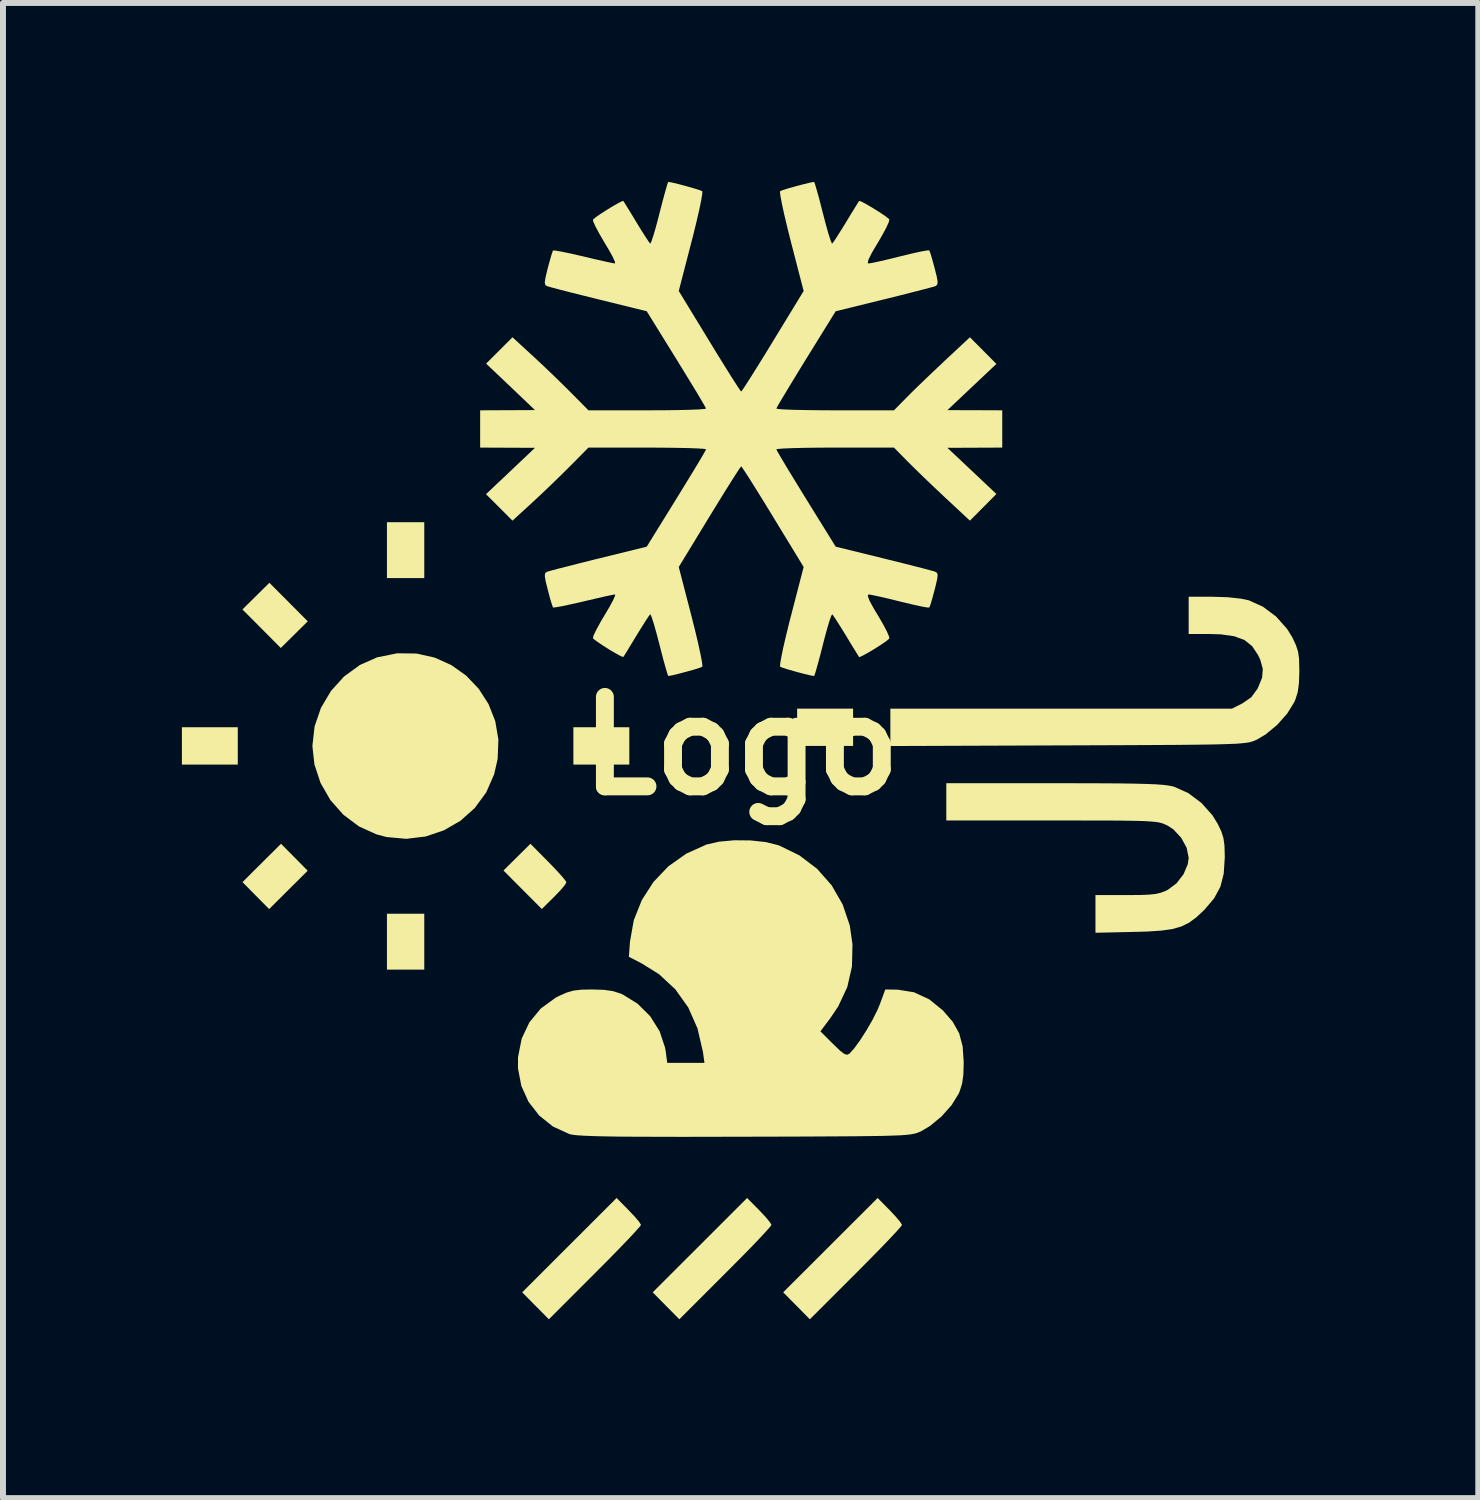
<source format=kicad_pcb>
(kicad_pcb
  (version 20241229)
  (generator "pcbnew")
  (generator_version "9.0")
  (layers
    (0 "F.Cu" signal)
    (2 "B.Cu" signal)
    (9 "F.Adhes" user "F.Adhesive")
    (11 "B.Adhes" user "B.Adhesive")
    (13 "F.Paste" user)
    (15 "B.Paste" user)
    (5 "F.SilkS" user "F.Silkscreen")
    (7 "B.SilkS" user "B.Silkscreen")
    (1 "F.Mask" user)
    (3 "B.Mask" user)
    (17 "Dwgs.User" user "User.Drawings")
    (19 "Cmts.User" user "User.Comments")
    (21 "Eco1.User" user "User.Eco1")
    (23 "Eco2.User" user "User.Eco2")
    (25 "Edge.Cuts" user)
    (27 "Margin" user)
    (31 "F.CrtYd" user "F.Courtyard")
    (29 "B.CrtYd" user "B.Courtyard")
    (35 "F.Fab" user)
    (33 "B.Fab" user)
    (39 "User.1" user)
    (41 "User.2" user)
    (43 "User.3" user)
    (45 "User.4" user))
  (footprint "Logo"
    (layer "F.Cu")
    (at 9.378 9.457)
    (property "Reference" "Logo" (at 0 0 0) (layer "F.SilkS") (effects (font (size 1.5 1.5) (thickness 0.3))))
    (attr board_only exclude_from_pos_files exclude_from_bom)
    (fp_poly (pts (xy -8.441 0) (xy -8.441 0.313) (xy -8.91 0.313) (xy -9.378 0.313) (xy -9.378 0) (xy -9.378 -0.313) (xy -8.91 -0.313) (xy -8.441 -0.313)) (stroke (width 0) (type solid)) (fill yes) (layer "F.SilkS"))
    (fp_poly (pts (xy -7.589 -2.412) (xy -7.268 -2.089) (xy -7.494 -1.865) (xy -7.72 -1.642) (xy -8.041 -1.965) (xy -8.363 -2.288) (xy -8.137 -2.512) (xy -7.911 -2.735)) (stroke (width 0) (type solid)) (fill yes) (layer "F.SilkS"))
    (fp_poly (pts (xy -7.492 1.867) (xy -7.269 2.093) (xy -7.592 2.414) (xy -7.915 2.736) (xy -8.139 2.51) (xy -8.362 2.284) (xy -8.039 1.962) (xy -7.716 1.641)) (stroke (width 0) (type solid)) (fill yes) (layer "F.SilkS"))
    (fp_poly (pts (xy -5.314 -3.282) (xy -5.314 -2.814) (xy -5.627 -2.814) (xy -5.94 -2.814) (xy -5.94 -3.282) (xy -5.94 -3.751) (xy -5.627 -3.751) (xy -5.314 -3.751)) (stroke (width 0) (type solid)) (fill yes) (layer "F.SilkS"))
    (fp_poly (pts (xy -5.314 3.282) (xy -5.314 3.751) (xy -5.627 3.751) (xy -5.94 3.751) (xy -5.94 3.282) (xy -5.94 2.814) (xy -5.627 2.814) (xy -5.314 2.814)) (stroke (width 0) (type solid)) (fill yes) (layer "F.SilkS"))
    (fp_poly (pts (xy -1.876 0) (xy -1.876 0.313) (xy -2.345 0.313) (xy -2.814 0.313) (xy -2.814 0) (xy -2.814 -0.313) (xy -2.345 -0.313) (xy -1.876 -0.313)) (stroke (width 0) (type solid)) (fill yes) (layer "F.SilkS"))
    (fp_poly (pts (xy 1.876 -0.313) (xy 1.876 0) (xy 1.407 0) (xy 0.938 0) (xy 0.938 -0.313) (xy 0.938 -0.625) (xy 1.407 -0.625) (xy 1.876 -0.625)) (stroke (width 0) (type solid)) (fill yes) (layer "F.SilkS"))
    (fp_poly (pts (xy -3.233 1.945) (xy -3.11 2.072) (xy -3.012 2.18) (xy -2.948 2.257) (xy -2.931 2.288) (xy -2.957 2.333) (xy -3.026 2.415) (xy -3.123 2.517) (xy -3.137 2.531) (xy -3.343 2.735) (xy -3.665 2.412) (xy -3.986 2.089) (xy -3.76 1.865) (xy -3.534 1.641)) (stroke (width 0) (type solid)) (fill yes) (layer "F.SilkS"))
    (fp_poly (pts (xy -1.885 7.787) (xy -1.786 7.892) (xy -1.713 7.978) (xy -1.681 8.029) (xy -1.68 8.032) (xy -1.707 8.068) (xy -1.782 8.152) (xy -1.899 8.277) (xy -2.05 8.434) (xy -2.228 8.616) (xy -2.427 8.816) (xy -2.453 8.842) (xy -3.225 9.614) (xy -3.449 9.388) (xy -3.672 9.162) (xy -2.881 8.371) (xy -2.089 7.58)) (stroke (width 0) (type solid)) (fill yes) (layer "F.SilkS"))
    (fp_poly (pts (xy 0.304 7.787) (xy 0.403 7.892) (xy 0.475 7.978) (xy 0.507 8.029) (xy 0.508 8.032) (xy 0.481 8.068) (xy 0.406 8.152) (xy 0.29 8.277) (xy 0.139 8.434) (xy -0.04 8.616) (xy -0.239 8.816) (xy -0.265 8.842) (xy -1.037 9.614) (xy -1.261 9.388) (xy -1.484 9.162) (xy -0.692 8.371) (xy 0.099 7.58)) (stroke (width 0) (type solid)) (fill yes) (layer "F.SilkS"))
    (fp_poly (pts (xy 2.492 7.787) (xy 2.591 7.892) (xy 2.663 7.978) (xy 2.696 8.029) (xy 2.696 8.032) (xy 2.67 8.068) (xy 2.595 8.152) (xy 2.478 8.277) (xy 2.327 8.434) (xy 2.148 8.616) (xy 1.95 8.816) (xy 1.924 8.842) (xy 1.151 9.614) (xy 0.928 9.388) (xy 0.704 9.162) (xy 1.496 8.371) (xy 2.288 7.58)) (stroke (width 0) (type solid)) (fill yes) (layer "F.SilkS"))
    (fp_poly (pts (xy -5.445 -1.549) (xy -5.14 -1.481) (xy -4.86 -1.355) (xy -4.612 -1.179) (xy -4.402 -0.959) (xy -4.237 -0.702) (xy -4.124 -0.416) (xy -4.071 -0.106) (xy -4.084 0.22) (xy -4.142 0.475) (xy -4.275 0.779) (xy -4.468 1.042) (xy -4.708 1.256) (xy -4.986 1.416) (xy -5.292 1.519) (xy -5.615 1.558) (xy -5.946 1.528) (xy -6.116 1.483) (xy -6.411 1.349) (xy -6.672 1.153) (xy -6.889 0.907) (xy -7.053 0.622) (xy -7.156 0.311) (xy -7.19 0) (xy -7.153 -0.328) (xy -7.046 -0.639) (xy -6.878 -0.922) (xy -6.658 -1.165) (xy -6.392 -1.358) (xy -6.102 -1.486) (xy -5.768 -1.553)) (stroke (width 0) (type solid)) (fill yes) (layer "F.SilkS"))
    (fp_poly (pts (xy 8.158 -2.493) (xy 8.374 -2.47) (xy 8.512 -2.441) (xy 8.748 -2.334) (xy 8.969 -2.169) (xy 9.154 -1.961) (xy 9.242 -1.818) (xy 9.301 -1.691) (xy 9.337 -1.582) (xy 9.354 -1.459) (xy 9.358 -1.294) (xy 9.359 -1.253) (xy 9.352 -1.054) (xy 9.332 -0.904) (xy 9.292 -0.777) (xy 9.274 -0.735) (xy 9.155 -0.542) (xy 8.987 -0.353) (xy 8.794 -0.193) (xy 8.644 -0.104) (xy 8.609 -0.089) (xy 8.572 -0.075) (xy 8.53 -0.063) (xy 8.475 -0.053) (xy 8.402 -0.045) (xy 8.307 -0.037) (xy 8.183 -0.032) (xy 8.025 -0.027) (xy 7.827 -0.023) (xy 7.585 -0.02) (xy 7.292 -0.017) (xy 6.943 -0.015) (xy 6.532 -0.013) (xy 6.055 -0.011) (xy 5.505 -0.009) (xy 5.481 -0.009) (xy 2.501 0.002) (xy 2.501 -0.312) (xy 2.501 -0.625) (xy 5.365 -0.625) (xy 8.229 -0.625) (xy 8.403 -0.713) (xy 8.552 -0.815) (xy 8.657 -0.959) (xy 8.665 -0.975) (xy 8.734 -1.144) (xy 8.746 -1.291) (xy 8.703 -1.446) (xy 8.665 -1.525) (xy 8.568 -1.672) (xy 8.439 -1.775) (xy 8.267 -1.839) (xy 8.04 -1.871) (xy 7.866 -1.876) (xy 7.503 -1.876) (xy 7.503 -2.188) (xy 7.503 -2.501) (xy 7.906 -2.501)) (stroke (width 0) (type solid)) (fill yes) (layer "F.SilkS"))
    (fp_poly (pts (xy 5.687 0.626) (xy 6.054 0.627) (xy 6.357 0.629) (xy 6.603 0.633) (xy 6.799 0.638) (xy 6.953 0.644) (xy 7.071 0.653) (xy 7.161 0.664) (xy 7.23 0.677) (xy 7.262 0.686) (xy 7.498 0.792) (xy 7.719 0.958) (xy 7.903 1.165) (xy 7.991 1.309) (xy 8.051 1.435) (xy 8.086 1.545) (xy 8.103 1.667) (xy 8.108 1.832) (xy 8.108 1.873) (xy 8.091 2.141) (xy 8.035 2.361) (xy 7.931 2.554) (xy 7.77 2.744) (xy 7.758 2.756) (xy 7.631 2.875) (xy 7.511 2.963) (xy 7.383 3.027) (xy 7.233 3.07) (xy 7.044 3.097) (xy 6.804 3.113) (xy 6.575 3.119) (xy 5.94 3.133) (xy 5.94 2.817) (xy 5.94 2.501) (xy 6.459 2.501) (xy 6.678 2.5) (xy 6.836 2.494) (xy 6.95 2.482) (xy 7.038 2.461) (xy 7.118 2.43) (xy 7.153 2.413) (xy 7.299 2.304) (xy 7.417 2.151) (xy 7.489 1.981) (xy 7.503 1.876) (xy 7.469 1.708) (xy 7.378 1.541) (xy 7.248 1.401) (xy 7.153 1.338) (xy 7.11 1.318) (xy 7.067 1.3) (xy 7.017 1.286) (xy 6.952 1.275) (xy 6.864 1.267) (xy 6.747 1.26) (xy 6.592 1.256) (xy 6.393 1.253) (xy 6.143 1.251) (xy 5.833 1.251) (xy 5.456 1.25) (xy 5.208 1.25) (xy 3.439 1.25) (xy 3.439 0.938) (xy 3.439 0.625) (xy 5.249 0.625)) (stroke (width 0) (type solid)) (fill yes) (layer "F.SilkS"))
    (fp_poly (pts (xy 0.159 1.585) (xy 0.415 1.613) (xy 0.626 1.666) (xy 0.632 1.668) (xy 0.977 1.836) (xy 1.274 2.062) (xy 1.517 2.338) (xy 1.701 2.658) (xy 1.821 3.012) (xy 1.866 3.328) (xy 1.857 3.7) (xy 1.779 4.043) (xy 1.627 4.368) (xy 1.49 4.571) (xy 1.328 4.786) (xy 1.541 4.998) (xy 1.653 5.106) (xy 1.726 5.163) (xy 1.776 5.179) (xy 1.813 5.162) (xy 1.892 5.075) (xy 1.992 4.938) (xy 2.099 4.771) (xy 2.201 4.595) (xy 2.284 4.43) (xy 2.324 4.334) (xy 2.416 4.084) (xy 2.625 4.087) (xy 2.898 4.131) (xy 3.154 4.25) (xy 3.381 4.434) (xy 3.547 4.626) (xy 3.655 4.819) (xy 3.713 5.038) (xy 3.731 5.305) (xy 3.731 5.314) (xy 3.725 5.513) (xy 3.704 5.663) (xy 3.664 5.79) (xy 3.647 5.83) (xy 3.528 6.023) (xy 3.36 6.212) (xy 3.167 6.372) (xy 3.017 6.461) (xy 2.98 6.477) (xy 2.943 6.491) (xy 2.899 6.503) (xy 2.842 6.513) (xy 2.767 6.522) (xy 2.668 6.529) (xy 2.54 6.534) (xy 2.376 6.539) (xy 2.172 6.542) (xy 1.92 6.545) (xy 1.616 6.547) (xy 1.254 6.549) (xy 0.828 6.551) (xy 0.332 6.552) (xy 0.059 6.553) (xy -0.5 6.554) (xy -0.985 6.555) (xy -1.401 6.554) (xy -1.755 6.553) (xy -2.05 6.551) (xy -2.292 6.547) (xy -2.486 6.542) (xy -2.636 6.536) (xy -2.748 6.529) (xy -2.826 6.52) (xy -2.876 6.51) (xy -2.879 6.509) (xy -3.155 6.383) (xy -3.386 6.199) (xy -3.566 5.968) (xy -3.687 5.7) (xy -3.743 5.405) (xy -3.742 5.217) (xy -3.681 4.909) (xy -3.552 4.635) (xy -3.362 4.405) (xy -3.115 4.224) (xy -3.054 4.192) (xy -2.927 4.136) (xy -2.812 4.103) (xy -2.678 4.087) (xy -2.501 4.084) (xy -2.3 4.09) (xy -2.149 4.112) (xy -2.021 4.153) (xy -1.988 4.167) (xy -1.735 4.324) (xy -1.525 4.534) (xy -1.368 4.784) (xy -1.277 5.058) (xy -1.265 5.126) (xy -1.24 5.314) (xy -0.928 5.314) (xy -0.616 5.314) (xy -0.642 5.129) (xy -0.733 4.737) (xy -0.887 4.387) (xy -1.103 4.083) (xy -1.378 3.828) (xy -1.665 3.649) (xy -1.883 3.536) (xy -1.865 3.282) (xy -1.801 2.922) (xy -1.667 2.586) (xy -1.471 2.281) (xy -1.22 2.018) (xy -0.92 1.806) (xy -0.583 1.654) (xy -0.368 1.605) (xy -0.111 1.582)) (stroke (width 0) (type solid)) (fill yes) (layer "F.SilkS"))
    (fp_poly (pts (xy 1.237 -9.421) (xy 1.266 -9.323) (xy 1.307 -9.177) (xy 1.354 -8.995) (xy 1.37 -8.932) (xy 1.419 -8.744) (xy 1.463 -8.587) (xy 1.499 -8.476) (xy 1.521 -8.424) (xy 1.525 -8.422) (xy 1.554 -8.459) (xy 1.613 -8.549) (xy 1.693 -8.676) (xy 1.757 -8.78) (xy 1.845 -8.925) (xy 1.917 -9.042) (xy 1.964 -9.118) (xy 1.977 -9.138) (xy 2.013 -9.128) (xy 2.095 -9.085) (xy 2.201 -9.023) (xy 2.313 -8.953) (xy 2.41 -8.888) (xy 2.472 -8.84) (xy 2.484 -8.828) (xy 2.474 -8.781) (xy 2.43 -8.684) (xy 2.358 -8.552) (xy 2.292 -8.439) (xy 2.19 -8.267) (xy 2.134 -8.154) (xy 2.122 -8.097) (xy 2.134 -8.089) (xy 2.193 -8.098) (xy 2.311 -8.123) (xy 2.471 -8.16) (xy 2.656 -8.206) (xy 2.664 -8.208) (xy 2.845 -8.252) (xy 2.997 -8.286) (xy 3.104 -8.306) (xy 3.153 -8.31) (xy 3.153 -8.309) (xy 3.171 -8.265) (xy 3.201 -8.166) (xy 3.238 -8.031) (xy 3.243 -8.012) (xy 3.279 -7.868) (xy 3.294 -7.781) (xy 3.288 -7.736) (xy 3.263 -7.713) (xy 3.25 -7.707) (xy 3.194 -7.691) (xy 3.074 -7.659) (xy 2.903 -7.615) (xy 2.692 -7.561) (xy 2.455 -7.502) (xy 2.385 -7.485) (xy 1.584 -7.288) (xy 1.088 -6.487) (xy 0.95 -6.262) (xy 0.826 -6.059) (xy 0.723 -5.888) (xy 0.645 -5.758) (xy 0.599 -5.677) (xy 0.589 -5.656) (xy 0.626 -5.648) (xy 0.73 -5.641) (xy 0.892 -5.635) (xy 1.1 -5.631) (xy 1.346 -5.628) (xy 1.574 -5.627) (xy 2.562 -5.627) (xy 2.776 -5.845) (xy 2.885 -5.954) (xy 3.035 -6.099) (xy 3.205 -6.262) (xy 3.379 -6.426) (xy 3.412 -6.458) (xy 3.835 -6.852) (xy 4.057 -6.629) (xy 4.279 -6.405) (xy 3.869 -6.018) (xy 3.458 -5.63) (xy 3.917 -5.629) (xy 4.377 -5.627) (xy 4.377 -5.314) (xy 4.377 -5.002) (xy 3.917 -5) (xy 3.458 -4.998) (xy 3.869 -4.611) (xy 4.279 -4.224) (xy 4.057 -4) (xy 3.835 -3.777) (xy 3.412 -4.171) (xy 3.24 -4.333) (xy 3.067 -4.498) (xy 2.913 -4.648) (xy 2.794 -4.766) (xy 2.776 -4.784) (xy 2.562 -5.002) (xy 1.574 -5.002) (xy 1.306 -5.001) (xy 1.065 -4.998) (xy 0.863 -4.993) (xy 0.71 -4.987) (xy 0.615 -4.979) (xy 0.589 -4.973) (xy 0.61 -4.932) (xy 0.666 -4.836) (xy 0.752 -4.691) (xy 0.863 -4.509) (xy 0.992 -4.298) (xy 1.088 -4.142) (xy 1.584 -3.341) (xy 2.385 -3.144) (xy 2.627 -3.084) (xy 2.846 -3.029) (xy 3.03 -2.982) (xy 3.165 -2.946) (xy 3.241 -2.925) (xy 3.25 -2.922) (xy 3.282 -2.903) (xy 3.294 -2.867) (xy 3.286 -2.797) (xy 3.258 -2.675) (xy 3.243 -2.617) (xy 3.206 -2.479) (xy 3.175 -2.374) (xy 3.155 -2.322) (xy 3.153 -2.32) (xy 3.111 -2.322) (xy 3.008 -2.341) (xy 2.86 -2.374) (xy 2.681 -2.417) (xy 2.664 -2.421) (xy 2.479 -2.467) (xy 2.317 -2.504) (xy 2.197 -2.53) (xy 2.136 -2.54) (xy 2.134 -2.54) (xy 2.122 -2.514) (xy 2.153 -2.432) (xy 2.229 -2.293) (xy 2.292 -2.19) (xy 2.378 -2.042) (xy 2.444 -1.917) (xy 2.48 -1.831) (xy 2.484 -1.801) (xy 2.442 -1.764) (xy 2.357 -1.705) (xy 2.25 -1.636) (xy 2.139 -1.569) (xy 2.044 -1.517) (xy 1.986 -1.49) (xy 1.977 -1.49) (xy 1.953 -1.528) (xy 1.898 -1.617) (xy 1.82 -1.744) (xy 1.757 -1.849) (xy 1.668 -1.993) (xy 1.593 -2.111) (xy 1.542 -2.187) (xy 1.525 -2.207) (xy 1.508 -2.177) (xy 1.476 -2.084) (xy 1.434 -1.941) (xy 1.386 -1.762) (xy 1.37 -1.697) (xy 1.321 -1.507) (xy 1.278 -1.348) (xy 1.245 -1.233) (xy 1.226 -1.176) (xy 1.223 -1.172) (xy 1.163 -1.182) (xy 1.057 -1.207) (xy 0.929 -1.241) (xy 0.802 -1.277) (xy 0.702 -1.308) (xy 0.653 -1.328) (xy 0.652 -1.328) (xy 0.653 -1.373) (xy 0.671 -1.481) (xy 0.704 -1.643) (xy 0.751 -1.845) (xy 0.808 -2.078) (xy 0.834 -2.178) (xy 1.047 -3) (xy 0.533 -3.844) (xy 0.393 -4.073) (xy 0.265 -4.279) (xy 0.157 -4.452) (xy 0.072 -4.584) (xy 0.018 -4.665) (xy 0 -4.687) (xy -0.025 -4.655) (xy -0.084 -4.565) (xy -0.173 -4.426) (xy -0.285 -4.247) (xy -0.415 -4.036) (xy -0.533 -3.844) (xy -1.047 -3) (xy -0.834 -2.178) (xy -0.773 -1.936) (xy -0.722 -1.72) (xy -0.683 -1.541) (xy -0.658 -1.409) (xy -0.65 -1.338) (xy -0.652 -1.328) (xy -0.699 -1.309) (xy -0.797 -1.278) (xy -0.923 -1.243) (xy -1.052 -1.209) (xy -1.159 -1.183) (xy -1.222 -1.172) (xy -1.223 -1.172) (xy -1.237 -1.208) (xy -1.266 -1.306) (xy -1.307 -1.452) (xy -1.354 -1.634) (xy -1.37 -1.697) (xy -1.419 -1.885) (xy -1.463 -2.041) (xy -1.499 -2.152) (xy -1.521 -2.205) (xy -1.525 -2.207) (xy -1.554 -2.17) (xy -1.613 -2.08) (xy -1.693 -1.953) (xy -1.757 -1.849) (xy -1.845 -1.704) (xy -1.916 -1.587) (xy -1.963 -1.511) (xy -1.977 -1.491) (xy -2.012 -1.502) (xy -2.093 -1.546) (xy -2.2 -1.608) (xy -2.311 -1.678) (xy -2.409 -1.744) (xy -2.473 -1.792) (xy -2.486 -1.805) (xy -2.476 -1.851) (xy -2.43 -1.946) (xy -2.359 -2.077) (xy -2.292 -2.19) (xy -2.207 -2.333) (xy -2.146 -2.447) (xy -2.114 -2.521) (xy -2.115 -2.54) (xy -2.166 -2.531) (xy -2.277 -2.508) (xy -2.432 -2.472) (xy -2.617 -2.429) (xy -2.646 -2.422) (xy -2.831 -2.38) (xy -2.987 -2.346) (xy -3.099 -2.326) (xy -3.153 -2.32) (xy -3.155 -2.321) (xy -3.172 -2.364) (xy -3.202 -2.463) (xy -3.238 -2.598) (xy -3.243 -2.617) (xy -3.279 -2.762) (xy -3.293 -2.848) (xy -3.288 -2.894) (xy -3.262 -2.917) (xy -3.252 -2.921) (xy -3.197 -2.937) (xy -3.078 -2.969) (xy -2.907 -3.012) (xy -2.697 -3.066) (xy -2.461 -3.125) (xy -2.387 -3.143) (xy -1.584 -3.341) (xy -1.088 -4.142) (xy -0.95 -4.367) (xy -0.826 -4.57) (xy -0.722 -4.741) (xy -0.645 -4.871) (xy -0.599 -4.952) (xy -0.589 -4.973) (xy -0.626 -4.981) (xy -0.73 -4.988) (xy -0.892 -4.994) (xy -1.1 -4.998) (xy -1.346 -5.001) (xy -1.574 -5.002) (xy -2.561 -5.002) (xy -2.854 -4.706) (xy -3.012 -4.549) (xy -3.199 -4.367) (xy -3.388 -4.188) (xy -3.49 -4.093) (xy -3.835 -3.777) (xy -4.057 -3.999) (xy -4.279 -4.221) (xy -3.868 -4.609) (xy -3.458 -4.998) (xy -3.917 -5) (xy -4.377 -5.002) (xy -4.377 -5.314) (xy -4.377 -5.627) (xy -3.917 -5.629) (xy -3.458 -5.631) (xy -3.867 -6.021) (xy -4.277 -6.41) (xy -4.056 -6.631) (xy -3.835 -6.852) (xy -3.49 -6.535) (xy -3.315 -6.372) (xy -3.123 -6.188) (xy -2.944 -6.013) (xy -2.854 -5.923) (xy -2.561 -5.627) (xy -1.574 -5.627) (xy -1.305 -5.628) (xy -1.065 -5.631) (xy -0.863 -5.636) (xy -0.71 -5.642) (xy -0.615 -5.65) (xy -0.589 -5.656) (xy -0.61 -5.696) (xy -0.666 -5.793) (xy -0.752 -5.938) (xy -0.863 -6.12) (xy -0.992 -6.331) (xy -1.088 -6.487) (xy -1.584 -7.288) (xy -2.387 -7.486) (xy -2.629 -7.546) (xy -2.848 -7.601) (xy -3.032 -7.648) (xy -3.168 -7.684) (xy -3.243 -7.705) (xy -3.252 -7.708) (xy -3.283 -7.727) (xy -3.294 -7.766) (xy -3.284 -7.84) (xy -3.254 -7.969) (xy -3.243 -8.012) (xy -3.206 -8.149) (xy -3.175 -8.254) (xy -3.156 -8.306) (xy -3.155 -8.308) (xy -3.113 -8.305) (xy -3.01 -8.287) (xy -2.86 -8.256) (xy -2.679 -8.214) (xy -2.646 -8.207) (xy -2.458 -8.162) (xy -2.297 -8.126) (xy -2.178 -8.1) (xy -2.118 -8.089) (xy -2.115 -8.089) (xy -2.118 -8.12) (xy -2.156 -8.203) (xy -2.223 -8.324) (xy -2.292 -8.439) (xy -2.378 -8.587) (xy -2.444 -8.71) (xy -2.482 -8.795) (xy -2.486 -8.823) (xy -2.446 -8.859) (xy -2.362 -8.918) (xy -2.254 -8.987) (xy -2.143 -9.055) (xy -2.047 -9.109) (xy -1.987 -9.137) (xy -1.977 -9.138) (xy -1.953 -9.101) (xy -1.898 -9.012) (xy -1.82 -8.885) (xy -1.757 -8.78) (xy -1.668 -8.635) (xy -1.593 -8.518) (xy -1.542 -8.442) (xy -1.525 -8.422) (xy -1.508 -8.452) (xy -1.476 -8.545) (xy -1.434 -8.688) (xy -1.386 -8.867) (xy -1.37 -8.932) (xy -1.321 -9.122) (xy -1.278 -9.281) (xy -1.245 -9.396) (xy -1.226 -9.453) (xy -1.223 -9.457) (xy -1.163 -9.447) (xy -1.057 -9.422) (xy -0.929 -9.388) (xy -0.802 -9.352) (xy -0.702 -9.321) (xy -0.653 -9.301) (xy -0.652 -9.301) (xy -0.653 -9.256) (xy -0.671 -9.148) (xy -0.704 -8.986) (xy -0.751 -8.783) (xy -0.808 -8.55) (xy -0.834 -8.451) (xy -1.047 -7.628) (xy -0.533 -6.785) (xy -0.393 -6.556) (xy -0.265 -6.35) (xy -0.157 -6.177) (xy -0.072 -6.045) (xy -0.018 -5.964) (xy 0 -5.942) (xy 0.025 -5.974) (xy 0.084 -6.064) (xy 0.173 -6.203) (xy 0.285 -6.382) (xy 0.415 -6.592) (xy 0.533 -6.785) (xy 1.047 -7.628) (xy 0.834 -8.451) (xy 0.773 -8.693) (xy 0.722 -8.909) (xy 0.683 -9.088) (xy 0.658 -9.22) (xy 0.65 -9.291) (xy 0.652 -9.301) (xy 0.699 -9.32) (xy 0.797 -9.351) (xy 0.923 -9.386) (xy 1.052 -9.42) (xy 1.159 -9.446) (xy 1.222 -9.457) (xy 1.223 -9.457)) (stroke (width 0) (type solid)) (fill yes) (layer "F.SilkS")))
  (gr_rect
    (start -3 -3)
    (end 21.737 22.07)
    (stroke (width 0.1) (type default))
    (fill no)
    (layer "Edge.Cuts")))
</source>
